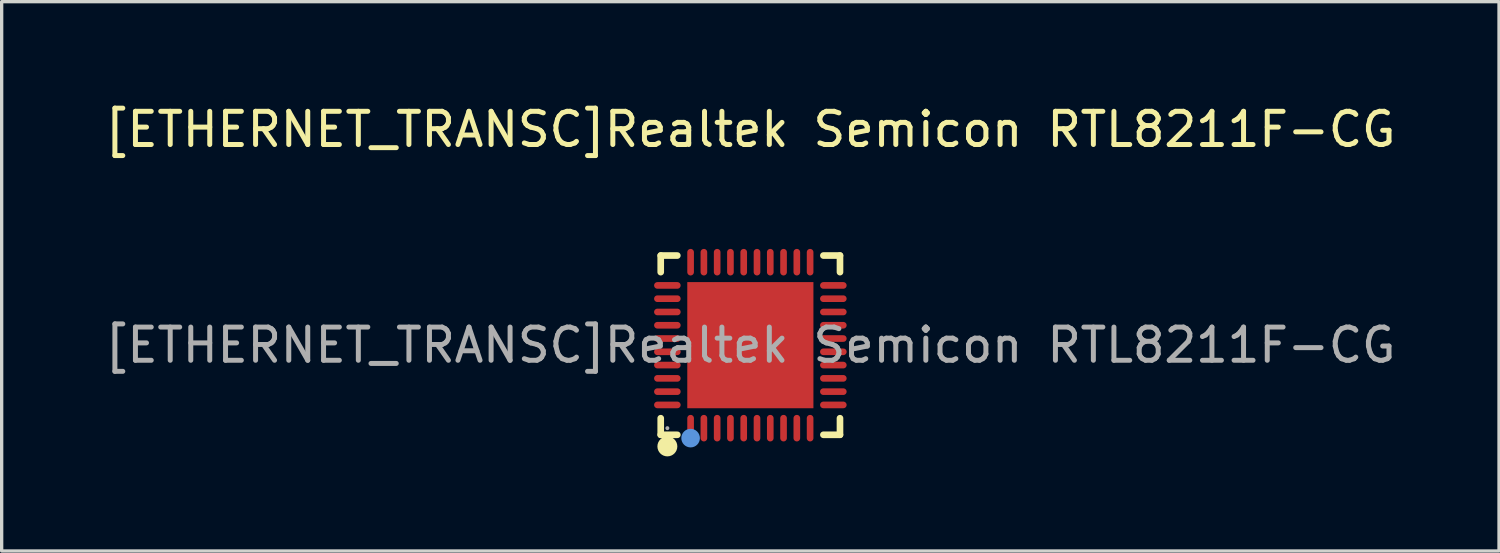
<source format=kicad_pcb>
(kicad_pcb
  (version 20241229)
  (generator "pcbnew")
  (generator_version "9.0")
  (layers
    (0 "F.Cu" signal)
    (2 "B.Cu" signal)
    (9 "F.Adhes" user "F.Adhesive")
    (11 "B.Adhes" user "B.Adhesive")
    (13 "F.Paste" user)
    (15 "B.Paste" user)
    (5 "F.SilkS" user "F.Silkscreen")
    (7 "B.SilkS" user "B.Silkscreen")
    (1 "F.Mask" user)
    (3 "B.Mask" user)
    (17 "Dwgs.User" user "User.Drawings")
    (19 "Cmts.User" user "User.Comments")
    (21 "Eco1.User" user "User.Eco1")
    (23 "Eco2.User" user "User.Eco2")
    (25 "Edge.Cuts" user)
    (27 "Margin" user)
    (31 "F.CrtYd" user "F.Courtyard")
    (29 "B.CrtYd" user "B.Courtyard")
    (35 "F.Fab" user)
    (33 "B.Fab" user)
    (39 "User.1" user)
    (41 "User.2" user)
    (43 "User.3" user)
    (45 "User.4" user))
  (footprint "[ETHERNET_TRANSC]Realtek Semicon RTL8211F-CG"
    (layer "F.Cu")
    (at 19.554 7.348)
    (property "Reference" "[ETHERNET_TRANSC]Realtek Semicon RTL8211F-CG" (at 0 -6.5 0) (layer "F.SilkS") (effects (font (size 1 1) (thickness 0.15))))
    (attr smd)
    (fp_line (start -2.7 -2.7) (end -2.7 -2.2) (stroke (width 0.2) (type solid)) (layer "F.SilkS"))
    (fp_line (start -2.7 2.7) (end -2.7 2.2) (stroke (width 0.2) (type solid)) (layer "F.SilkS"))
    (fp_line (start -2.2 -2.7) (end -2.7 -2.7) (stroke (width 0.2) (type solid)) (layer "F.SilkS"))
    (fp_line (start -2.2 2.7) (end -2.7 2.7) (stroke (width 0.2) (type solid)) (layer "F.SilkS"))
    (fp_line (start 2.7 -2.7) (end 2.2 -2.7) (stroke (width 0.2) (type solid)) (layer "F.SilkS"))
    (fp_line (start 2.7 -2.2) (end 2.7 -2.7) (stroke (width 0.2) (type solid)) (layer "F.SilkS"))
    (fp_line (start 2.7 2.2) (end 2.7 2.7) (stroke (width 0.2) (type solid)) (layer "F.SilkS"))
    (fp_line (start 2.7 2.7) (end 2.2 2.7) (stroke (width 0.2) (type solid)) (layer "F.SilkS"))
    (fp_arc (start -2.5 3.05) (mid -2.5 3.05) (end -2.5 3.05) (stroke (width 0.3) (type solid)) (layer "F.SilkS"))
    (fp_circle (center -1.8 2.8) (end -1.66 2.8) (stroke (width 0.28) (type solid)) (fill no) (layer "Cmts.User"))
    (fp_circle (center -2.5 2.5) (end -2.47 2.5) (stroke (width 0.06) (type solid)) (fill no) (layer "F.Fab"))
    (fp_text user "${REFERENCE}" (at 0 0 0) (layer "F.Fab") (effects (font (size 1 1) (thickness 0.15))))
    (pad "1" smd oval (at -1.8 2.5 180) (size 0.2 0.8) (layers "F.Cu" "F.Mask" "F.Paste"))
    (pad "2" smd oval (at -1.4 2.5 180) (size 0.2 0.8) (layers "F.Cu" "F.Mask" "F.Paste"))
    (pad "3" smd oval (at -1 2.5 180) (size 0.2 0.8) (layers "F.Cu" "F.Mask" "F.Paste"))
    (pad "4" smd oval (at -0.6 2.5 180) (size 0.2 0.8) (layers "F.Cu" "F.Mask" "F.Paste"))
    (pad "5" smd oval (at -0.2 2.5 180) (size 0.2 0.8) (layers "F.Cu" "F.Mask" "F.Paste"))
    (pad "6" smd oval (at 0.2 2.5 180) (size 0.2 0.8) (layers "F.Cu" "F.Mask" "F.Paste"))
    (pad "7" smd oval (at 0.6 2.5 180) (size 0.2 0.8) (layers "F.Cu" "F.Mask" "F.Paste"))
    (pad "8" smd oval (at 1 2.5 180) (size 0.2 0.8) (layers "F.Cu" "F.Mask" "F.Paste"))
    (pad "9" smd oval (at 1.4 2.5 180) (size 0.2 0.8) (layers "F.Cu" "F.Mask" "F.Paste"))
    (pad "10" smd oval (at 1.8 2.5 180) (size 0.2 0.8) (layers "F.Cu" "F.Mask" "F.Paste"))
    (pad "11" smd oval (at 2.5 1.8 270) (size 0.2 0.8) (layers "F.Cu" "F.Mask" "F.Paste"))
    (pad "12" smd oval (at 2.5 1.4 270) (size 0.2 0.8) (layers "F.Cu" "F.Mask" "F.Paste"))
    (pad "13" smd oval (at 2.5 1 270) (size 0.2 0.8) (layers "F.Cu" "F.Mask" "F.Paste"))
    (pad "14" smd oval (at 2.5 0.6 270) (size 0.2 0.8) (layers "F.Cu" "F.Mask" "F.Paste"))
    (pad "15" smd oval (at 2.5 0.2 270) (size 0.2 0.8) (layers "F.Cu" "F.Mask" "F.Paste"))
    (pad "16" smd oval (at 2.5 -0.2 270) (size 0.2 0.8) (layers "F.Cu" "F.Mask" "F.Paste"))
    (pad "17" smd oval (at 2.5 -0.6 270) (size 0.2 0.8) (layers "F.Cu" "F.Mask" "F.Paste"))
    (pad "18" smd oval (at 2.5 -1 270) (size 0.2 0.8) (layers "F.Cu" "F.Mask" "F.Paste"))
    (pad "19" smd oval (at 2.5 -1.4 270) (size 0.2 0.8) (layers "F.Cu" "F.Mask" "F.Paste"))
    (pad "20" smd oval (at 2.5 -1.8 270) (size 0.2 0.8) (layers "F.Cu" "F.Mask" "F.Paste"))
    (pad "21" smd oval (at 1.8 -2.5) (size 0.2 0.8) (layers "F.Cu" "F.Mask" "F.Paste"))
    (pad "22" smd oval (at 1.4 -2.5) (size 0.2 0.8) (layers "F.Cu" "F.Mask" "F.Paste"))
    (pad "23" smd oval (at 1 -2.5) (size 0.2 0.8) (layers "F.Cu" "F.Mask" "F.Paste"))
    (pad "24" smd oval (at 0.6 -2.5) (size 0.2 0.8) (layers "F.Cu" "F.Mask" "F.Paste"))
    (pad "25" smd oval (at 0.2 -2.5) (size 0.2 0.8) (layers "F.Cu" "F.Mask" "F.Paste"))
    (pad "26" smd oval (at -0.2 -2.5) (size 0.2 0.8) (layers "F.Cu" "F.Mask" "F.Paste"))
    (pad "27" smd oval (at -0.6 -2.5) (size 0.2 0.8) (layers "F.Cu" "F.Mask" "F.Paste"))
    (pad "28" smd oval (at -1 -2.5) (size 0.2 0.8) (layers "F.Cu" "F.Mask" "F.Paste"))
    (pad "29" smd oval (at -1.4 -2.5) (size 0.2 0.8) (layers "F.Cu" "F.Mask" "F.Paste"))
    (pad "30" smd oval (at -1.8 -2.5) (size 0.2 0.8) (layers "F.Cu" "F.Mask" "F.Paste"))
    (pad "31" smd oval (at -2.5 -1.8 90) (size 0.2 0.8) (layers "F.Cu" "F.Mask" "F.Paste"))
    (pad "32" smd oval (at -2.5 -1.4 90) (size 0.2 0.8) (layers "F.Cu" "F.Mask" "F.Paste"))
    (pad "33" smd oval (at -2.5 -1 90) (size 0.2 0.8) (layers "F.Cu" "F.Mask" "F.Paste"))
    (pad "34" smd oval (at -2.5 -0.6 90) (size 0.2 0.8) (layers "F.Cu" "F.Mask" "F.Paste"))
    (pad "35" smd oval (at -2.5 -0.2 90) (size 0.2 0.8) (layers "F.Cu" "F.Mask" "F.Paste"))
    (pad "36" smd oval (at -2.5 0.2 90) (size 0.2 0.8) (layers "F.Cu" "F.Mask" "F.Paste"))
    (pad "37" smd oval (at -2.5 0.6 90) (size 0.2 0.8) (layers "F.Cu" "F.Mask" "F.Paste"))
    (pad "38" smd oval (at -2.5 1 90) (size 0.2 0.8) (layers "F.Cu" "F.Mask" "F.Paste"))
    (pad "39" smd oval (at -2.5 1.4 90) (size 0.2 0.8) (layers "F.Cu" "F.Mask" "F.Paste"))
    (pad "40" smd oval (at -2.5 1.8 90) (size 0.2 0.8) (layers "F.Cu" "F.Mask" "F.Paste"))
    (pad "41" smd rect (at 0 0 90) (size 3.8 3.8) (layers "F.Cu" "F.Mask" "F.Paste")))
  (gr_rect
    (start -3 -3)
    (end 42.107 13.548)
    (stroke (width 0.1) (type default))
    (fill no)
    (layer "Edge.Cuts")))
</source>
